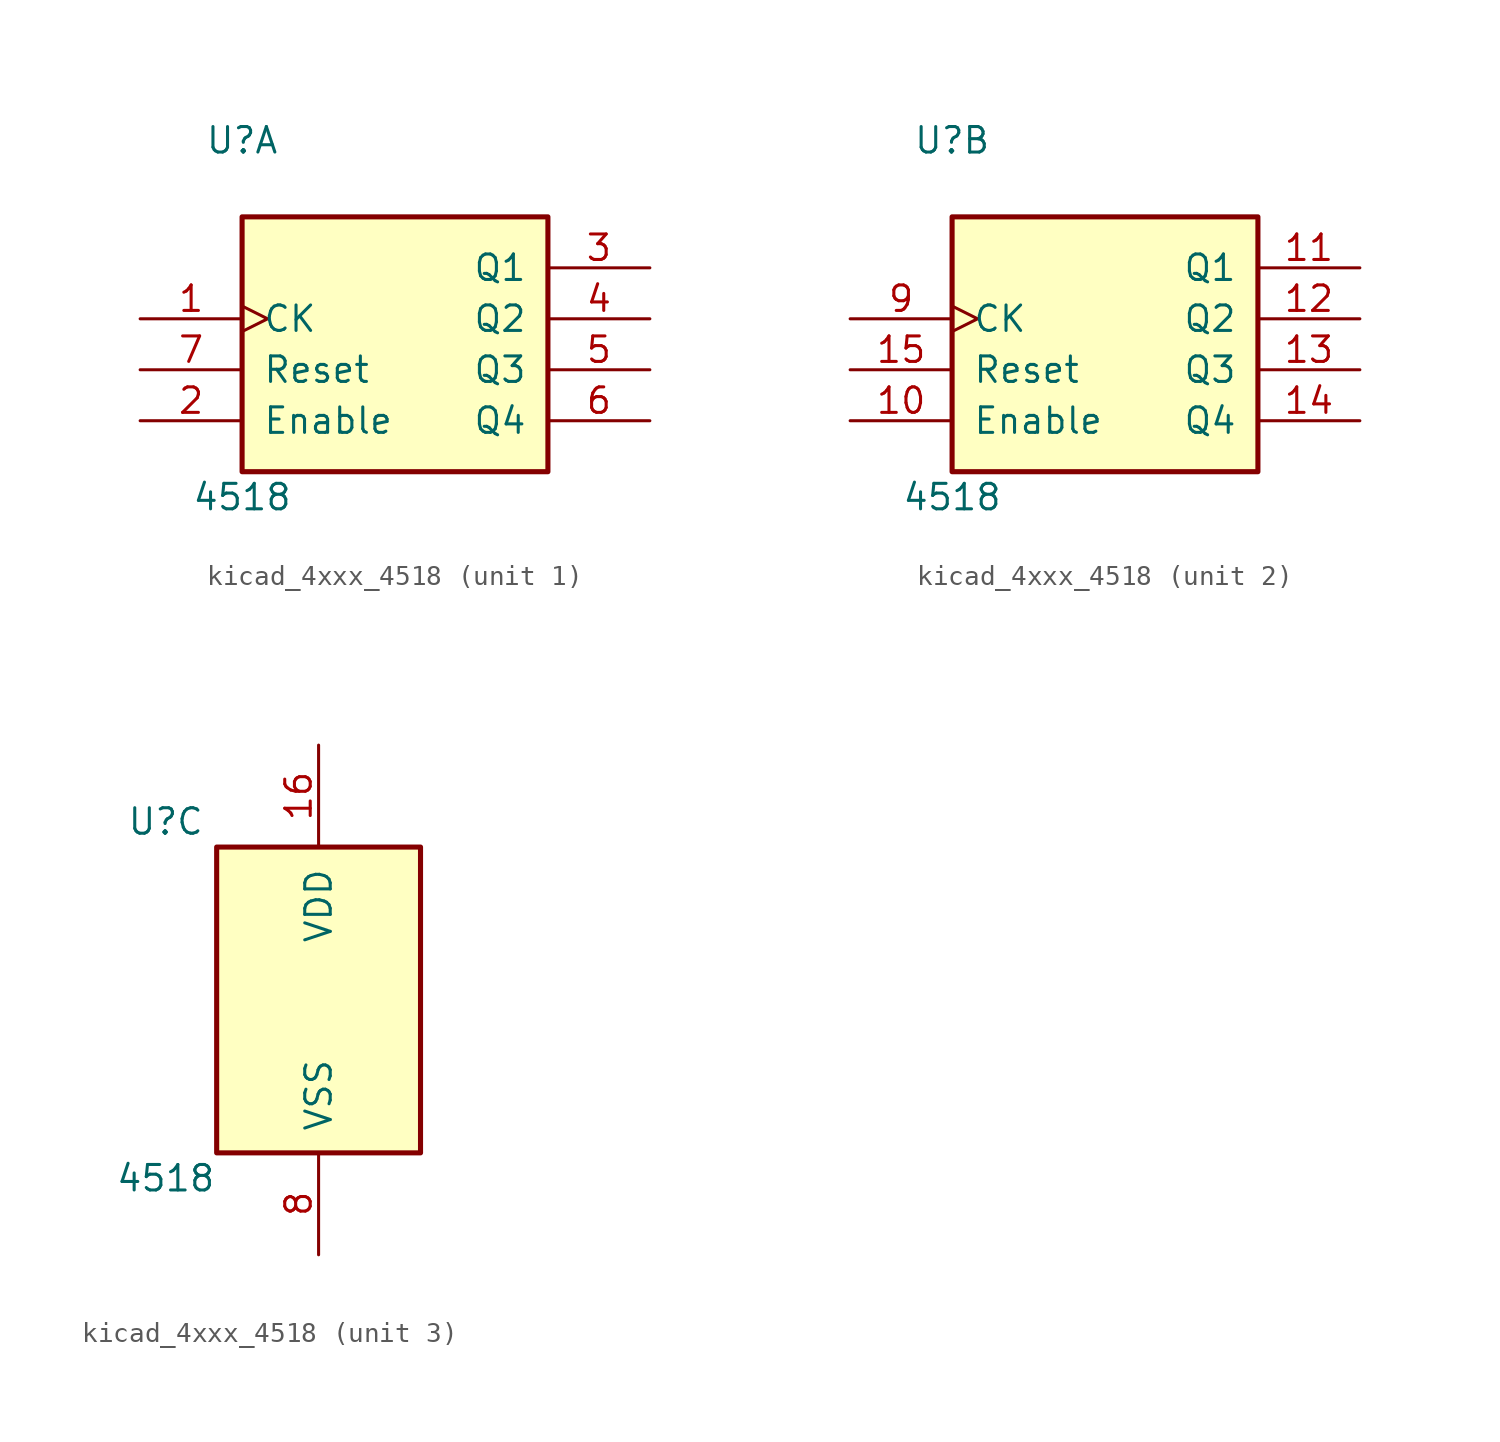
<source format=kicad_sym>
(kicad_symbol_lib
  (version 20220914)
  (generator kicad_symbol_editor)
  (symbol "kicad_4xxx_4518"
    (pin_names
      (offset 1.016))
    (property "Reference" "U"
      (at -7.62 8.89 0)
      (effects (font (size 1.27 1.27))))
    (property "Value" "4518"
      (at -7.62 -8.89 0)
      (effects (font (size 1.27 1.27))))
    (property "ki_locked" ""
      (at 0 0 0)
      (effects (font (size 1.27 1.27))))
    (symbol "kicad_4xxx_4518_1_0"
      (pin input clock (at -12.7 0 0) (length 5.08) (name "CK" (effects (font (size 1.27 1.27)))) (number "1" (effects (font (size 1.27 1.27)))))
      (pin input line (at -12.7 -5.08 0) (length 5.08) (name "Enable" (effects (font (size 1.27 1.27)))) (number "2" (effects (font (size 1.27 1.27)))))
      (pin output line (at 12.7 2.54 180) (length 5.08) (name "Q1" (effects (font (size 1.27 1.27)))) (number "3" (effects (font (size 1.27 1.27)))))
      (pin output line (at 12.7 0 180) (length 5.08) (name "Q2" (effects (font (size 1.27 1.27)))) (number "4" (effects (font (size 1.27 1.27)))))
      (pin output line (at 12.7 -2.54 180) (length 5.08) (name "Q3" (effects (font (size 1.27 1.27)))) (number "5" (effects (font (size 1.27 1.27)))))
      (pin output line (at 12.7 -5.08 180) (length 5.08) (name "Q4" (effects (font (size 1.27 1.27)))) (number "6" (effects (font (size 1.27 1.27)))))
      (pin input line (at -12.7 -2.54 0) (length 5.08) (name "Reset" (effects (font (size 1.27 1.27)))) (number "7" (effects (font (size 1.27 1.27))))))
    (symbol "kicad_4xxx_4518_1_1"
      (rectangle (start -7.62 5.08) (end 7.62 -7.62) (stroke (width 0.254) (type default)) (fill (type background))))
    (symbol "kicad_4xxx_4518_2_0"
      (pin input line (at -12.7 -5.08 0) (length 5.08) (name "Enable" (effects (font (size 1.27 1.27)))) (number "10" (effects (font (size 1.27 1.27)))))
      (pin output line (at 12.7 2.54 180) (length 5.08) (name "Q1" (effects (font (size 1.27 1.27)))) (number "11" (effects (font (size 1.27 1.27)))))
      (pin output line (at 12.7 0 180) (length 5.08) (name "Q2" (effects (font (size 1.27 1.27)))) (number "12" (effects (font (size 1.27 1.27)))))
      (pin output line (at 12.7 -2.54 180) (length 5.08) (name "Q3" (effects (font (size 1.27 1.27)))) (number "13" (effects (font (size 1.27 1.27)))))
      (pin output line (at 12.7 -5.08 180) (length 5.08) (name "Q4" (effects (font (size 1.27 1.27)))) (number "14" (effects (font (size 1.27 1.27)))))
      (pin input line (at -12.7 -2.54 0) (length 5.08) (name "Reset" (effects (font (size 1.27 1.27)))) (number "15" (effects (font (size 1.27 1.27)))))
      (pin input clock (at -12.7 0 0) (length 5.08) (name "CK" (effects (font (size 1.27 1.27)))) (number "9" (effects (font (size 1.27 1.27))))))
    (symbol "kicad_4xxx_4518_2_1"
      (rectangle (start -7.62 5.08) (end 7.62 -7.62) (stroke (width 0.254) (type default)) (fill (type background))))
    (symbol "kicad_4xxx_4518_3_0"
      (pin power_in line (at 0 12.7 270) (length 5.08) (name "VDD" (effects (font (size 1.27 1.27)))) (number "16" (effects (font (size 1.27 1.27)))))
      (pin power_in line (at 0 -12.7 90) (length 5.08) (name "VSS" (effects (font (size 1.27 1.27)))) (number "8" (effects (font (size 1.27 1.27))))))
    (symbol "kicad_4xxx_4518_3_1"
      (rectangle (start -5.08 7.62) (end 5.08 -7.62) (stroke (width 0.254) (type default)) (fill (type background))))))
</source>
